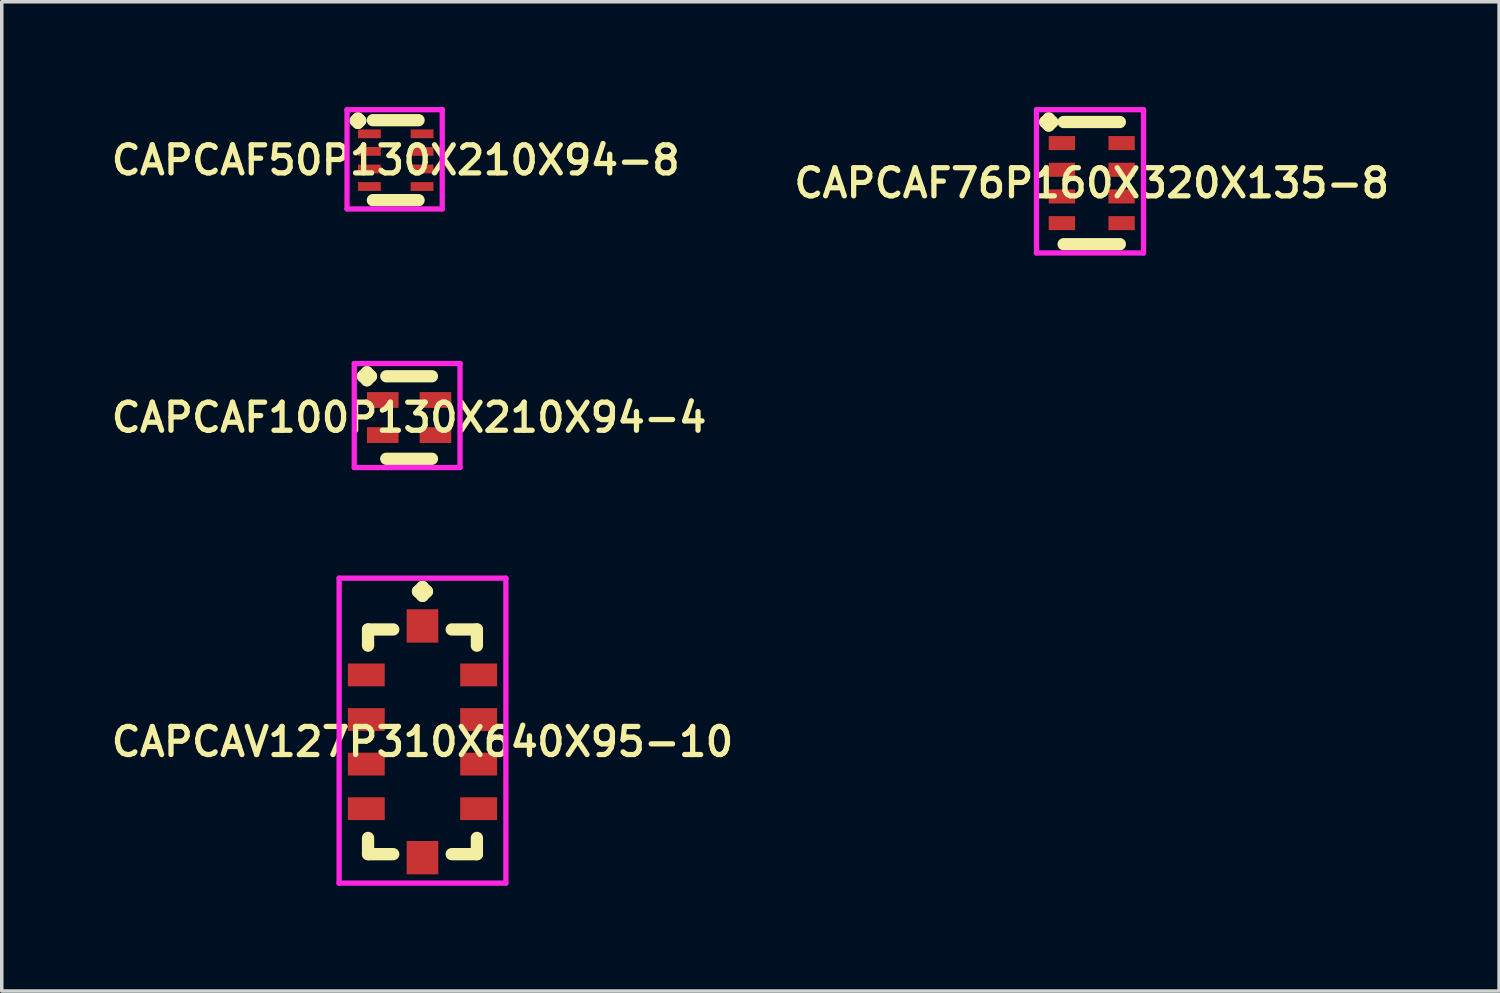
<source format=kicad_pcb>
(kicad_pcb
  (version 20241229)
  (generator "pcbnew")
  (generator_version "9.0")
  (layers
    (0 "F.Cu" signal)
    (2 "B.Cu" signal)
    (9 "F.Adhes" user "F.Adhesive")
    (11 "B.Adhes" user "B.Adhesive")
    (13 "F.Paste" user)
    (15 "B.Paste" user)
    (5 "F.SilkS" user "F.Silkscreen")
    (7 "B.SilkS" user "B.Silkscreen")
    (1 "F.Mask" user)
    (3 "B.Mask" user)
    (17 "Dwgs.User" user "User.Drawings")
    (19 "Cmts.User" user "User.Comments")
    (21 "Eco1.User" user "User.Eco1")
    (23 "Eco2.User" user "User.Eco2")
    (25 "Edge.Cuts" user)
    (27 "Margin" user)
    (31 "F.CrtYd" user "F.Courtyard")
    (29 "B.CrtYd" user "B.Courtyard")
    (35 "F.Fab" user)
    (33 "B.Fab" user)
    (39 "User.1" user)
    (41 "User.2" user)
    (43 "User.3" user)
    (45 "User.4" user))
  (footprint "CAPCAV127P310X640X95-10"
    (layer "F.Cu")
    (at 8.983 18.078)
    (property "Reference" "CAPCAV127P310X640X95-10" (at 0 0 0) (layer "F.SilkS") (effects (font (size 0.8 0.8) (thickness 0.15))))
    (attr through_hole)
    (fp_line (start -1.55 -3.2) (end -0.833 -3.2) (stroke (width 0.35) (type solid)) (layer "F.SilkS"))
    (fp_line (start -1.55 -2.738) (end -1.55 -3.2) (stroke (width 0.35) (type solid)) (layer "F.SilkS"))
    (fp_line (start -1.55 2.738) (end -1.55 3.2) (stroke (width 0.35) (type solid)) (layer "F.SilkS"))
    (fp_line (start -1.55 3.2) (end -0.833 3.2) (stroke (width 0.35) (type solid)) (layer "F.SilkS"))
    (fp_line (start -0.127 -4.283) (end 0 -4.41) (stroke (width 0.35) (type solid)) (layer "F.SilkS"))
    (fp_line (start 0 -4.41) (end 0.127 -4.283) (stroke (width 0.35) (type solid)) (layer "F.SilkS"))
    (fp_line (start 0 -4.156) (end -0.127 -4.283) (stroke (width 0.35) (type solid)) (layer "F.SilkS"))
    (fp_line (start 0.127 -4.283) (end 0 -4.156) (stroke (width 0.35) (type solid)) (layer "F.SilkS"))
    (fp_line (start 1.55 -3.2) (end 0.833 -3.2) (stroke (width 0.35) (type solid)) (layer "F.SilkS"))
    (fp_line (start 1.55 -2.738) (end 1.55 -3.2) (stroke (width 0.35) (type solid)) (layer "F.SilkS"))
    (fp_line (start 1.55 2.738) (end 1.55 3.2) (stroke (width 0.35) (type solid)) (layer "F.SilkS"))
    (fp_line (start 1.55 3.2) (end 0.833 3.2) (stroke (width 0.35) (type solid)) (layer "F.SilkS"))
    (fp_line (start -2.375 -4.66) (end 2.375 -4.66) (stroke (width 0.15) (type solid)) (layer "F.CrtYd"))
    (fp_line (start -2.375 4.025) (end -2.375 -4.66) (stroke (width 0.15) (type solid)) (layer "F.CrtYd"))
    (fp_line (start 2.375 -4.66) (end 2.375 4.025) (stroke (width 0.15) (type solid)) (layer "F.CrtYd"))
    (fp_line (start 2.375 4.025) (end -2.375 4.025) (stroke (width 0.15) (type solid)) (layer "F.CrtYd"))
    (pad "1" smd rect (at 0 -3.3) (size 0.9 0.95) (layers "F.Cu" "F.Mask" "F.Paste"))
    (pad "2" smd rect (at -1.6 -1.905) (size 1.05 0.65) (layers "F.Cu" "F.Mask" "F.Paste"))
    (pad "3" smd rect (at -1.6 -0.635) (size 1.05 0.65) (layers "F.Cu" "F.Mask" "F.Paste"))
    (pad "4" smd rect (at -1.6 0.635) (size 1.05 0.65) (layers "F.Cu" "F.Mask" "F.Paste"))
    (pad "5" smd rect (at -1.6 1.905) (size 1.05 0.65) (layers "F.Cu" "F.Mask" "F.Paste"))
    (pad "6" smd rect (at 0 3.3) (size 0.9 0.95) (layers "F.Cu" "F.Mask" "F.Paste"))
    (pad "7" smd rect (at 1.6 1.905) (size 1.05 0.65) (layers "F.Cu" "F.Mask" "F.Paste"))
    (pad "8" smd rect (at 1.6 0.635) (size 1.05 0.65) (layers "F.Cu" "F.Mask" "F.Paste"))
    (pad "9" smd rect (at 1.6 -0.635) (size 1.05 0.65) (layers "F.Cu" "F.Mask" "F.Paste"))
    (pad "10" smd rect (at 1.6 -1.905) (size 1.05 0.65) (layers "F.Cu" "F.Mask" "F.Paste")))
  (footprint "CAPCAF100P130X210X94-4"
    (layer "F.Cu")
    (at 8.602 8.842)
    (property "Reference" "CAPCAF100P130X210X94-4" (at 0 0 0) (layer "F.SilkS") (effects (font (size 0.8 0.8) (thickness 0.15))))
    (attr smd)
    (fp_line (start -1.312 -1.175) (end -1.2 -1.288) (stroke (width 0.35) (type solid)) (layer "F.SilkS"))
    (fp_line (start -1.2 -1.288) (end -1.087 -1.175) (stroke (width 0.35) (type solid)) (layer "F.SilkS"))
    (fp_line (start -1.2 -1.062) (end -1.312 -1.175) (stroke (width 0.35) (type solid)) (layer "F.SilkS"))
    (fp_line (start -1.087 -1.175) (end -1.2 -1.062) (stroke (width 0.35) (type solid)) (layer "F.SilkS"))
    (fp_line (start -0.65 -1.175) (end 0.65 -1.175) (stroke (width 0.35) (type solid)) (layer "F.SilkS"))
    (fp_line (start -0.65 1.175) (end 0.65 1.175) (stroke (width 0.35) (type solid)) (layer "F.SilkS"))
    (fp_line (start -1.562 -1.538) (end 1.45 -1.538) (stroke (width 0.15) (type solid)) (layer "F.CrtYd"))
    (fp_line (start -1.562 1.425) (end -1.562 -1.538) (stroke (width 0.15) (type solid)) (layer "F.CrtYd"))
    (fp_line (start 1.45 -1.538) (end 1.45 1.425) (stroke (width 0.15) (type solid)) (layer "F.CrtYd"))
    (fp_line (start 1.45 1.425) (end -1.562 1.425) (stroke (width 0.15) (type solid)) (layer "F.CrtYd"))
    (pad "1" smd rect (at -0.75 -0.5) (size 0.9 0.45) (layers "F.Cu" "F.Mask" "F.Paste"))
    (pad "2" smd rect (at -0.75 0.5) (size 0.9 0.45) (layers "F.Cu" "F.Mask" "F.Paste"))
    (pad "3" smd rect (at 0.75 0.5) (size 0.9 0.45) (layers "F.Cu" "F.Mask" "F.Paste"))
    (pad "4" smd rect (at 0.75 -0.5) (size 0.9 0.45) (layers "F.Cu" "F.Mask" "F.Paste")))
  (footprint "CAPCAF76P160X320X135-8"
    (layer "F.Cu")
    (at 28.045 2.165)
    (property "Reference" "CAPCAF76P160X320X135-8" (at 0 0 0) (layer "F.SilkS") (effects (font (size 0.8 0.8) (thickness 0.15))))
    (attr through_hole)
    (fp_line (start -1.325 -1.74) (end -1.225 -1.84) (stroke (width 0.35) (type solid)) (layer "F.SilkS"))
    (fp_line (start -1.225 -1.84) (end -1.125 -1.74) (stroke (width 0.35) (type solid)) (layer "F.SilkS"))
    (fp_line (start -1.225 -1.64) (end -1.325 -1.74) (stroke (width 0.35) (type solid)) (layer "F.SilkS"))
    (fp_line (start -1.125 -1.74) (end -1.225 -1.64) (stroke (width 0.35) (type solid)) (layer "F.SilkS"))
    (fp_line (start -0.8 -1.74) (end 0.8 -1.74) (stroke (width 0.35) (type solid)) (layer "F.SilkS"))
    (fp_line (start -0.8 1.74) (end 0.8 1.74) (stroke (width 0.35) (type solid)) (layer "F.SilkS"))
    (fp_line (start -1.575 -2.09) (end 1.475 -2.09) (stroke (width 0.15) (type solid)) (layer "F.CrtYd"))
    (fp_line (start -1.575 1.99) (end -1.575 -2.09) (stroke (width 0.15) (type solid)) (layer "F.CrtYd"))
    (fp_line (start 1.475 -2.09) (end 1.475 1.99) (stroke (width 0.15) (type solid)) (layer "F.CrtYd"))
    (fp_line (start 1.475 1.99) (end -1.575 1.99) (stroke (width 0.15) (type solid)) (layer "F.CrtYd"))
    (pad "1" smd rect (at -0.85 -1.14) (size 0.75 0.4) (layers "F.Cu" "F.Mask" "F.Paste"))
    (pad "2" smd rect (at -0.85 -0.38) (size 0.75 0.4) (layers "F.Cu" "F.Mask" "F.Paste"))
    (pad "3" smd rect (at -0.85 0.38) (size 0.75 0.4) (layers "F.Cu" "F.Mask" "F.Paste"))
    (pad "4" smd rect (at -0.85 1.14) (size 0.75 0.4) (layers "F.Cu" "F.Mask" "F.Paste"))
    (pad "5" smd rect (at 0.85 1.14) (size 0.75 0.4) (layers "F.Cu" "F.Mask" "F.Paste"))
    (pad "6" smd rect (at 0.85 0.38) (size 0.75 0.4) (layers "F.Cu" "F.Mask" "F.Paste"))
    (pad "7" smd rect (at 0.85 -0.38) (size 0.75 0.4) (layers "F.Cu" "F.Mask" "F.Paste"))
    (pad "8" smd rect (at 0.85 -1.14) (size 0.75 0.4) (layers "F.Cu" "F.Mask" "F.Paste")))
  (footprint "CAPCAF50P130X210X94-8"
    (layer "F.Cu")
    (at 8.221 1.512)
    (property "Reference" "CAPCAF50P130X210X94-8" (at 0 0 0) (layer "F.SilkS") (effects (font (size 0.8 0.8) (thickness 0.15))))
    (attr through_hole)
    (fp_line (start -1.137 -1.125) (end -1.075 -1.188) (stroke (width 0.35) (type solid)) (layer "F.SilkS"))
    (fp_line (start -1.075 -1.188) (end -1.012 -1.125) (stroke (width 0.35) (type solid)) (layer "F.SilkS"))
    (fp_line (start -1.075 -1.062) (end -1.137 -1.125) (stroke (width 0.35) (type solid)) (layer "F.SilkS"))
    (fp_line (start -1.012 -1.125) (end -1.075 -1.062) (stroke (width 0.35) (type solid)) (layer "F.SilkS"))
    (fp_line (start -0.65 -1.139) (end 0.65 -1.139) (stroke (width 0.35) (type solid)) (layer "F.SilkS"))
    (fp_line (start -0.65 1.139) (end 0.65 1.139) (stroke (width 0.35) (type solid)) (layer "F.SilkS"))
    (fp_line (start -1.387 -1.438) (end 1.325 -1.438) (stroke (width 0.15) (type solid)) (layer "F.CrtYd"))
    (fp_line (start -1.387 1.389) (end -1.387 -1.438) (stroke (width 0.15) (type solid)) (layer "F.CrtYd"))
    (fp_line (start 1.325 -1.438) (end 1.325 1.389) (stroke (width 0.15) (type solid)) (layer "F.CrtYd"))
    (fp_line (start 1.325 1.389) (end -1.387 1.389) (stroke (width 0.15) (type solid)) (layer "F.CrtYd"))
    (pad "1" smd rect (at -0.75 -0.75) (size 0.65 0.25) (layers "F.Cu" "F.Mask" "F.Paste"))
    (pad "2" smd rect (at -0.75 -0.25) (size 0.65 0.25) (layers "F.Cu" "F.Mask" "F.Paste"))
    (pad "3" smd rect (at -0.75 0.25) (size 0.65 0.25) (layers "F.Cu" "F.Mask" "F.Paste"))
    (pad "4" smd rect (at -0.75 0.75) (size 0.65 0.25) (layers "F.Cu" "F.Mask" "F.Paste"))
    (pad "5" smd rect (at 0.75 0.75) (size 0.65 0.25) (layers "F.Cu" "F.Mask" "F.Paste"))
    (pad "6" smd rect (at 0.75 0.25) (size 0.65 0.25) (layers "F.Cu" "F.Mask" "F.Paste"))
    (pad "7" smd rect (at 0.75 -0.25) (size 0.65 0.25) (layers "F.Cu" "F.Mask" "F.Paste"))
    (pad "8" smd rect (at 0.75 -0.75) (size 0.65 0.25) (layers "F.Cu" "F.Mask" "F.Paste")))
  (gr_rect
    (start -3 -3)
    (end 39.647 25.177)
    (stroke (width 0.1) (type default))
    (fill no)
    (layer "Edge.Cuts")))
</source>
